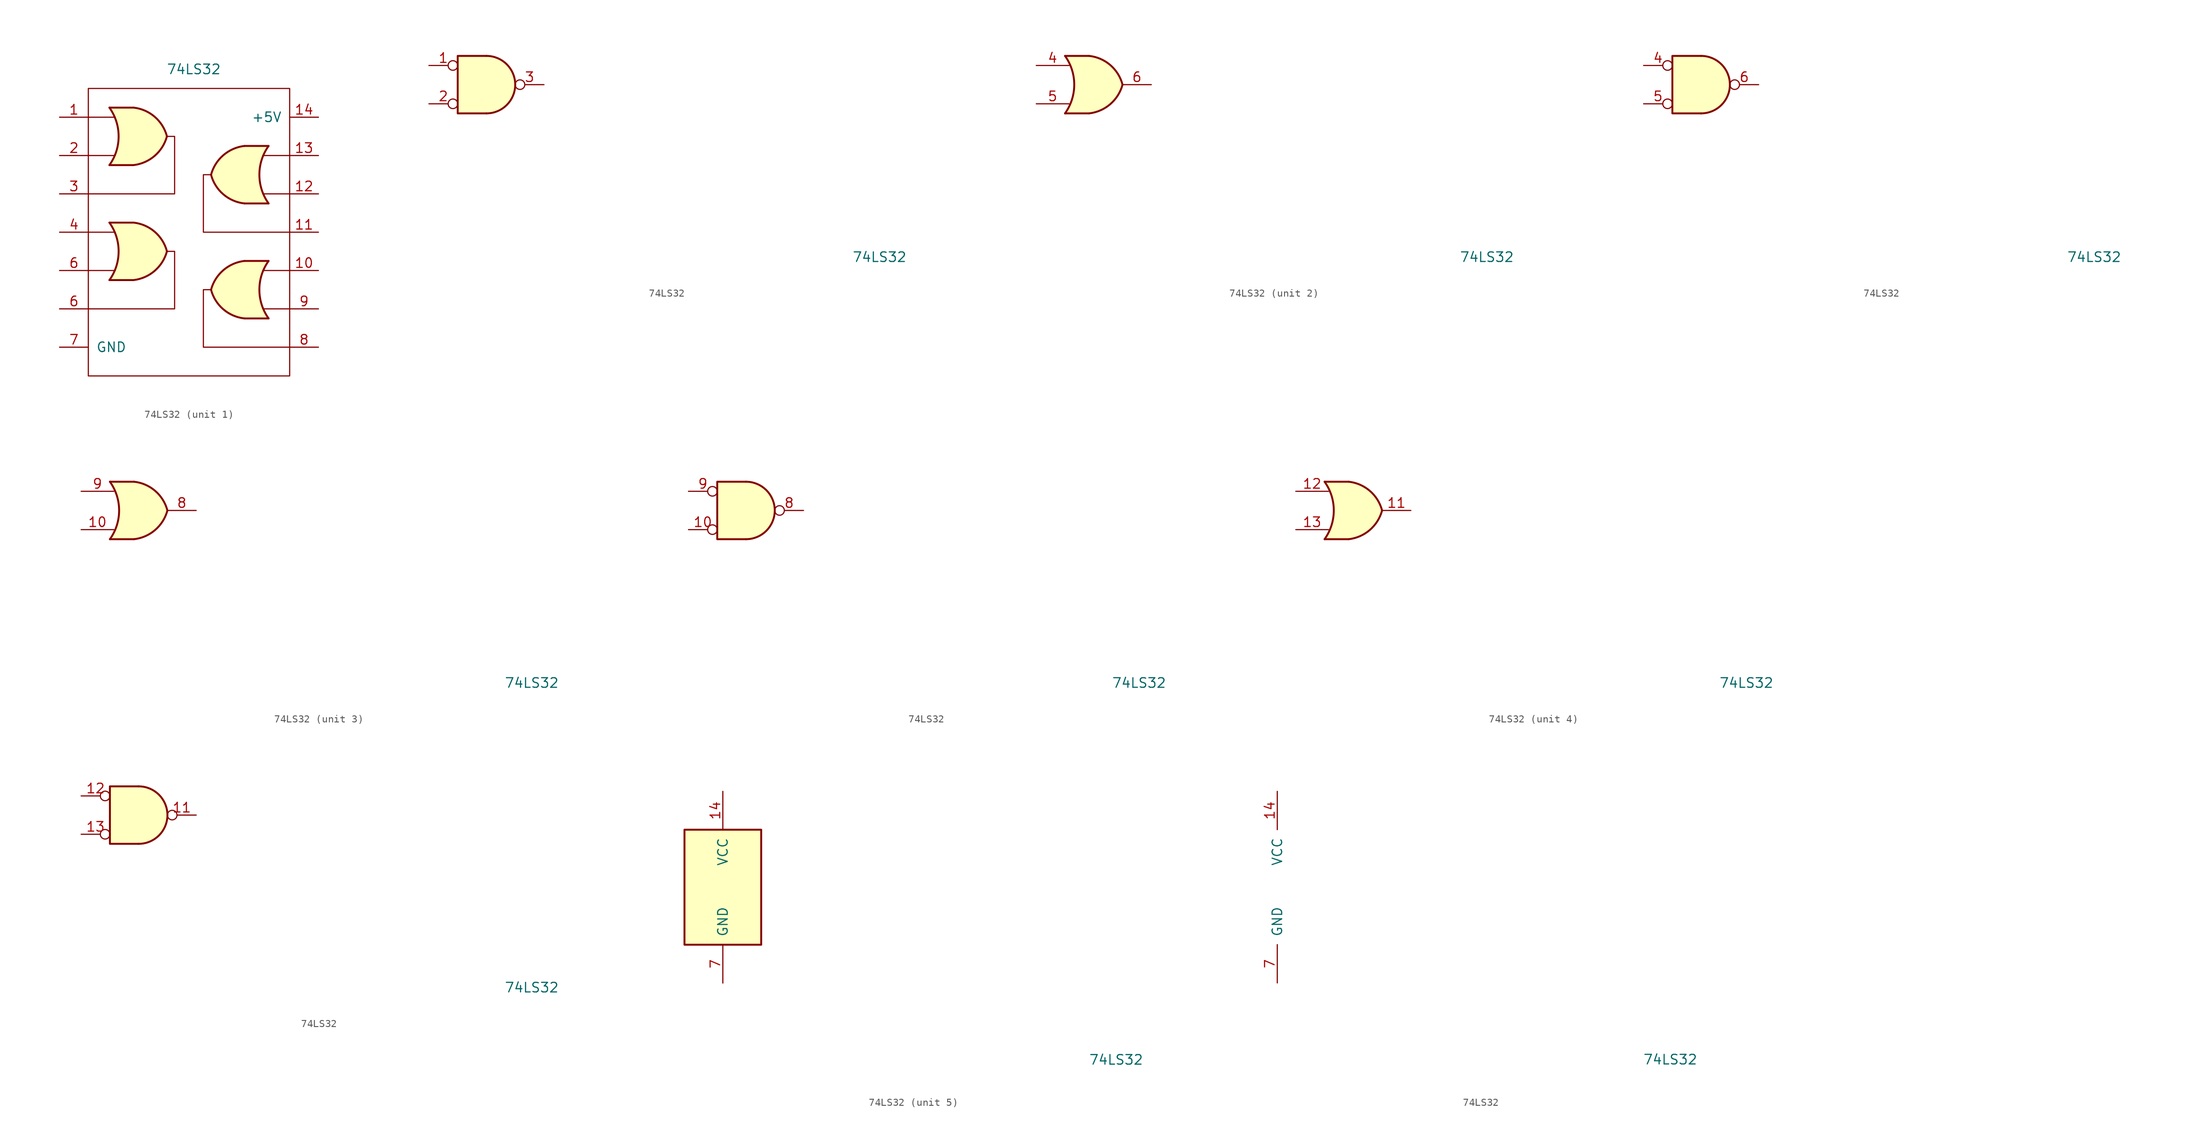
<source format=kicad_sym>
(kicad_symbol_lib
  (version 20211014)
  (generator kicad_symbol_editor)
  (symbol "74LS32"
    (pin_names
      (offset 1.016))
    (property "Reference" "U"
      (at 17.78 31.75 0)
      (effects (font (size 1.27 1.27)) hide))
    (property "Value" "74LS32"
      (at 52.07 -22.86 0)
      (effects (font (size 1.27 1.27))))
    (property "ki_locked" ""
      (at 0 0 0)
      (effects (font (size 1.27 1.27))))
    (symbol "74LS32_1_1"
      (polyline (pts (xy 38.1 -49.53) (xy 41.656 -49.53)) (stroke (width 0) (type default) (color 0 0 0 0)) (fill (type none)))
      (polyline (pts (xy 38.1 -44.45) (xy 41.656 -44.45)) (stroke (width 0) (type default) (color 0 0 0 0)) (fill (type none)))
      (polyline (pts (xy 38.1 -34.29) (xy 41.656 -34.29)) (stroke (width 0) (type default) (color 0 0 0 0)) (fill (type none)))
      (polyline (pts (xy 38.1 -29.21) (xy 41.656 -29.21)) (stroke (width 0) (type default) (color 0 0 0 0)) (fill (type none)))
      (polyline (pts (xy 40.894 -50.8) (xy 44.069 -50.8)) (stroke (width 0.254) (type default) (color 0 0 0 0)) (fill (type background)))
      (polyline (pts (xy 40.894 -43.18) (xy 44.069 -43.18)) (stroke (width 0.254) (type default) (color 0 0 0 0)) (fill (type background)))
      (polyline (pts (xy 40.894 -35.56) (xy 44.069 -35.56)) (stroke (width 0.254) (type default) (color 0 0 0 0)) (fill (type background)))
      (polyline (pts (xy 40.894 -27.94) (xy 44.069 -27.94)) (stroke (width 0.254) (type default) (color 0 0 0 0)) (fill (type background)))
      (polyline (pts (xy 61.214 -39.37) (xy 64.77 -39.37)) (stroke (width 0) (type default) (color 0 0 0 0)) (fill (type none)))
      (polyline (pts (xy 61.976 -55.88) (xy 58.801 -55.88)) (stroke (width 0.254) (type default) (color 0 0 0 0)) (fill (type background)))
      (polyline (pts (xy 61.976 -48.26) (xy 58.801 -48.26)) (stroke (width 0.254) (type default) (color 0 0 0 0)) (fill (type background)))
      (polyline (pts (xy 61.976 -40.64) (xy 58.801 -40.64)) (stroke (width 0.254) (type default) (color 0 0 0 0)) (fill (type background)))
      (polyline (pts (xy 61.976 -33.02) (xy 58.801 -33.02)) (stroke (width 0.254) (type default) (color 0 0 0 0)) (fill (type background)))
      (polyline (pts (xy 64.77 -54.61) (xy 61.214 -54.61)) (stroke (width 0) (type default) (color 0 0 0 0)) (fill (type none)))
      (polyline (pts (xy 64.77 -49.53) (xy 61.214 -49.53)) (stroke (width 0) (type default) (color 0 0 0 0)) (fill (type none)))
      (polyline (pts (xy 64.77 -34.29) (xy 61.214 -34.29)) (stroke (width 0) (type default) (color 0 0 0 0)) (fill (type none)))
      (polyline (pts (xy 48.514 -46.99) (xy 49.53 -46.99) (xy 49.53 -54.61) (xy 38.1 -54.61)) (stroke (width 0) (type default) (color 0 0 0 0)) (fill (type none)))
      (polyline (pts (xy 48.514 -31.75) (xy 49.53 -31.75) (xy 49.53 -39.37) (xy 38.1 -39.37)) (stroke (width 0) (type default) (color 0 0 0 0)) (fill (type none)))
      (polyline (pts (xy 54.356 -52.07) (xy 53.34 -52.07) (xy 53.34 -59.69) (xy 64.77 -59.69)) (stroke (width 0) (type default) (color 0 0 0 0)) (fill (type none)))
      (polyline (pts (xy 54.356 -36.83) (xy 53.34 -36.83) (xy 53.34 -44.45) (xy 64.77 -44.45)) (stroke (width 0) (type default) (color 0 0 0 0)) (fill (type none)))
      (polyline (pts (xy 44.069 -43.18) (xy 40.894 -43.18) (xy 40.894 -43.18) (xy 41.148 -43.586) (xy 41.681 -44.729) (xy 42.011 -45.949) (xy 42.088 -47.244) (xy 41.935 -48.489) (xy 41.529 -49.708) (xy 40.894 -50.8) (xy 40.894 -50.8) (xy 44.069 -50.8)) (stroke (width -25.4) (type default) (color 0 0 0 0)) (fill (type background)))
      (polyline (pts (xy 44.069 -27.94) (xy 40.894 -27.94) (xy 40.894 -27.94) (xy 41.148 -28.346) (xy 41.681 -29.489) (xy 42.011 -30.709) (xy 42.088 -32.004) (xy 41.935 -33.249) (xy 41.529 -34.468) (xy 40.894 -35.56) (xy 40.894 -35.56) (xy 44.069 -35.56)) (stroke (width -25.4) (type default) (color 0 0 0 0)) (fill (type background)))
      (polyline (pts (xy 58.801 -55.88) (xy 61.976 -55.88) (xy 61.976 -55.88) (xy 61.722 -55.474) (xy 61.189 -54.331) (xy 60.859 -53.111) (xy 60.782 -51.816) (xy 60.935 -50.571) (xy 61.341 -49.352) (xy 61.976 -48.26) (xy 61.976 -48.26) (xy 58.801 -48.26)) (stroke (width -25.4) (type default) (color 0 0 0 0)) (fill (type background)))
      (polyline (pts (xy 58.801 -40.64) (xy 61.976 -40.64) (xy 61.976 -40.64) (xy 61.722 -40.234) (xy 61.189 -39.091) (xy 60.859 -37.871) (xy 60.782 -36.576) (xy 60.935 -35.331) (xy 61.341 -34.112) (xy 61.976 -33.02) (xy 61.976 -33.02) (xy 58.801 -33.02)) (stroke (width -25.4) (type default) (color 0 0 0 0)) (fill (type background)))
      (rectangle (start 38.1 -25.4) (end 64.77 -63.5) (stroke (width 0) (type default) (color 0 0 0 0)) (fill (type none)))
      (arc (start 40.8938 -50.8) (mid 42.1148 -46.99) (end 40.8938 -43.18) (stroke (width 0.254) (type default) (color 0 0 0 0)) (fill (type none)))
      (arc (start 40.8938 -35.56) (mid 42.1148 -31.75) (end 40.8938 -27.94) (stroke (width 0.254) (type default) (color 0 0 0 0)) (fill (type none)))
      (arc (start 44.0942 -50.8) (mid 46.8893 -49.574) (end 48.5138 -46.99) (stroke (width 0.254) (type default) (color 0 0 0 0)) (fill (type background)))
      (arc (start 44.0942 -35.56) (mid 46.8893 -34.334) (end 48.5138 -31.75) (stroke (width 0.254) (type default) (color 0 0 0 0)) (fill (type background)))
      (arc (start 48.5138 -46.99) (mid 46.8966 -44.3975) (end 44.0942 -43.18) (stroke (width 0.254) (type default) (color 0 0 0 0)) (fill (type background)))
      (arc (start 48.5138 -31.75) (mid 46.8966 -29.1575) (end 44.0942 -27.94) (stroke (width 0.254) (type default) (color 0 0 0 0)) (fill (type background)))
      (arc (start 54.3562 -52.07) (mid 55.9734 -54.6625) (end 58.7758 -55.88) (stroke (width 0.254) (type default) (color 0 0 0 0)) (fill (type background)))
      (arc (start 54.3562 -36.83) (mid 55.9734 -39.4225) (end 58.7758 -40.64) (stroke (width 0.254) (type default) (color 0 0 0 0)) (fill (type background)))
      (arc (start 58.7758 -48.26) (mid 55.9807 -49.486) (end 54.3562 -52.07) (stroke (width 0.254) (type default) (color 0 0 0 0)) (fill (type background)))
      (arc (start 58.7758 -33.02) (mid 55.9807 -34.246) (end 54.3562 -36.83) (stroke (width 0.254) (type default) (color 0 0 0 0)) (fill (type background)))
      (arc (start 61.9762 -48.26) (mid 60.7552 -52.07) (end 61.9762 -55.88) (stroke (width 0.254) (type default) (color 0 0 0 0)) (fill (type none)))
      (arc (start 61.9762 -33.02) (mid 60.7552 -36.83) (end 61.9762 -40.64) (stroke (width 0.254) (type default) (color 0 0 0 0)) (fill (type none)))
      (pin input line (at 34.29 -29.21 0) (length 3.81) (name "~" (effects (font (size 1.27 1.27)))) (number "1" (effects (font (size 1.27 1.27)))))
      (pin input line (at 68.58 -49.53 180) (length 3.81) (name "" (effects (font (size 1.27 1.27)))) (number "10" (effects (font (size 1.27 1.27)))))
      (pin output line (at 68.58 -44.45 180) (length 3.81) (name "" (effects (font (size 1.27 1.27)))) (number "11" (effects (font (size 1.27 1.27)))))
      (pin input line (at 68.58 -39.37 180) (length 3.81) (name "" (effects (font (size 1.27 1.27)))) (number "12" (effects (font (size 1.27 1.27)))))
      (pin input line (at 68.58 -34.29 180) (length 3.81) (name "" (effects (font (size 1.27 1.27)))) (number "13" (effects (font (size 1.27 1.27)))))
      (pin power_in line (at 68.58 -29.21 180) (length 3.81) (name "+5V" (effects (font (size 1.27 1.27)))) (number "14" (effects (font (size 1.27 1.27)))))
      (pin input line (at 34.29 -34.29 0) (length 3.81) (name "~" (effects (font (size 1.27 1.27)))) (number "2" (effects (font (size 1.27 1.27)))))
      (pin output line (at 34.29 -39.37 0) (length 3.81) (name "~" (effects (font (size 1.27 1.27)))) (number "3" (effects (font (size 1.27 1.27)))))
      (pin input line (at 34.29 -44.45 0) (length 3.81) (name "~" (effects (font (size 1.27 1.27)))) (number "4" (effects (font (size 1.27 1.27)))))
      (pin output line (at 34.29 -54.61 0) (length 3.81) (name "~" (effects (font (size 1.27 1.27)))) (number "6" (effects (font (size 1.27 1.27)))))
      (pin input line (at 34.29 -49.53 0) (length 3.81) (name "~" (effects (font (size 1.27 1.27)))) (number "6" (effects (font (size 1.27 1.27)))))
      (pin power_in line (at 34.29 -59.69 0) (length 3.81) (name "GND" (effects (font (size 1.27 1.27)))) (number "7" (effects (font (size 1.27 1.27)))))
      (pin output line (at 68.58 -59.69 180) (length 3.81) (name "~" (effects (font (size 1.27 1.27)))) (number "8" (effects (font (size 1.27 1.27)))))
      (pin input line (at 68.58 -54.61 180) (length 3.81) (name "" (effects (font (size 1.27 1.27)))) (number "9" (effects (font (size 1.27 1.27))))))
    (symbol "74LS32_1_2"
      (arc (start 0 -3.81) (mid 3.81 0) (end 0 3.81) (stroke (width 0.254) (type default) (color 0 0 0 0)) (fill (type background)))
      (polyline (pts (xy 0 3.81) (xy -3.81 3.81) (xy -3.81 -3.81) (xy 0 -3.81)) (stroke (width 0.254) (type default) (color 0 0 0 0)) (fill (type background)))
      (pin input inverted (at -7.62 2.54 0) (length 3.81) (name "~" (effects (font (size 1.27 1.27)))) (number "1" (effects (font (size 1.27 1.27)))))
      (pin input inverted (at -7.62 -2.54 0) (length 3.81) (name "~" (effects (font (size 1.27 1.27)))) (number "2" (effects (font (size 1.27 1.27)))))
      (pin output inverted (at 7.62 0 180) (length 3.81) (name "~" (effects (font (size 1.27 1.27)))) (number "3" (effects (font (size 1.27 1.27))))))
    (symbol "74LS32_2_1"
      (arc (start -3.81 -3.81) (mid -2.589 0) (end -3.81 3.81) (stroke (width 0.254) (type default) (color 0 0 0 0)) (fill (type none)))
      (arc (start -0.6096 -3.81) (mid 2.1855 -2.584) (end 3.81 0) (stroke (width 0.254) (type default) (color 0 0 0 0)) (fill (type background)))
      (polyline (pts (xy -3.81 -3.81) (xy -0.635 -3.81)) (stroke (width 0.254) (type default) (color 0 0 0 0)) (fill (type background)))
      (polyline (pts (xy -3.81 3.81) (xy -0.635 3.81)) (stroke (width 0.254) (type default) (color 0 0 0 0)) (fill (type background)))
      (polyline (pts (xy -0.635 3.81) (xy -3.81 3.81) (xy -3.81 3.81) (xy -3.556 3.404) (xy -3.023 2.261) (xy -2.692 1.041) (xy -2.616 -0.254) (xy -2.769 -1.499) (xy -3.175 -2.718) (xy -3.81 -3.81) (xy -3.81 -3.81) (xy -0.635 -3.81)) (stroke (width -25.4) (type default) (color 0 0 0 0)) (fill (type background)))
      (arc (start 3.81 0) (mid 2.1928 2.5925) (end -0.6096 3.81) (stroke (width 0.254) (type default) (color 0 0 0 0)) (fill (type background)))
      (pin input line (at -7.62 2.54 0) (length 4.318) (name "~" (effects (font (size 1.27 1.27)))) (number "4" (effects (font (size 1.27 1.27)))))
      (pin input line (at -7.62 -2.54 0) (length 4.318) (name "~" (effects (font (size 1.27 1.27)))) (number "5" (effects (font (size 1.27 1.27)))))
      (pin output line (at 7.62 0 180) (length 3.81) (name "~" (effects (font (size 1.27 1.27)))) (number "6" (effects (font (size 1.27 1.27))))))
    (symbol "74LS32_2_2"
      (arc (start 0 -3.81) (mid 3.81 0) (end 0 3.81) (stroke (width 0.254) (type default) (color 0 0 0 0)) (fill (type background)))
      (polyline (pts (xy 0 3.81) (xy -3.81 3.81) (xy -3.81 -3.81) (xy 0 -3.81)) (stroke (width 0.254) (type default) (color 0 0 0 0)) (fill (type background)))
      (pin input inverted (at -7.62 2.54 0) (length 3.81) (name "~" (effects (font (size 1.27 1.27)))) (number "4" (effects (font (size 1.27 1.27)))))
      (pin input inverted (at -7.62 -2.54 0) (length 3.81) (name "~" (effects (font (size 1.27 1.27)))) (number "5" (effects (font (size 1.27 1.27)))))
      (pin output inverted (at 7.62 0 180) (length 3.81) (name "~" (effects (font (size 1.27 1.27)))) (number "6" (effects (font (size 1.27 1.27))))))
    (symbol "74LS32_3_1"
      (arc (start -3.81 -3.81) (mid -2.589 0) (end -3.81 3.81) (stroke (width 0.254) (type default) (color 0 0 0 0)) (fill (type none)))
      (arc (start -0.6096 -3.81) (mid 2.1855 -2.584) (end 3.81 0) (stroke (width 0.254) (type default) (color 0 0 0 0)) (fill (type background)))
      (polyline (pts (xy -3.81 -3.81) (xy -0.635 -3.81)) (stroke (width 0.254) (type default) (color 0 0 0 0)) (fill (type background)))
      (polyline (pts (xy -3.81 3.81) (xy -0.635 3.81)) (stroke (width 0.254) (type default) (color 0 0 0 0)) (fill (type background)))
      (polyline (pts (xy -0.635 3.81) (xy -3.81 3.81) (xy -3.81 3.81) (xy -3.556 3.404) (xy -3.023 2.261) (xy -2.692 1.041) (xy -2.616 -0.254) (xy -2.769 -1.499) (xy -3.175 -2.718) (xy -3.81 -3.81) (xy -3.81 -3.81) (xy -0.635 -3.81)) (stroke (width -25.4) (type default) (color 0 0 0 0)) (fill (type background)))
      (arc (start 3.81 0) (mid 2.1928 2.5925) (end -0.6096 3.81) (stroke (width 0.254) (type default) (color 0 0 0 0)) (fill (type background)))
      (pin input line (at -7.62 -2.54 0) (length 4.318) (name "~" (effects (font (size 1.27 1.27)))) (number "10" (effects (font (size 1.27 1.27)))))
      (pin output line (at 7.62 0 180) (length 3.81) (name "~" (effects (font (size 1.27 1.27)))) (number "8" (effects (font (size 1.27 1.27)))))
      (pin input line (at -7.62 2.54 0) (length 4.318) (name "~" (effects (font (size 1.27 1.27)))) (number "9" (effects (font (size 1.27 1.27))))))
    (symbol "74LS32_3_2"
      (arc (start 0 -3.81) (mid 3.81 0) (end 0 3.81) (stroke (width 0.254) (type default) (color 0 0 0 0)) (fill (type background)))
      (polyline (pts (xy 0 3.81) (xy -3.81 3.81) (xy -3.81 -3.81) (xy 0 -3.81)) (stroke (width 0.254) (type default) (color 0 0 0 0)) (fill (type background)))
      (pin input inverted (at -7.62 -2.54 0) (length 3.81) (name "~" (effects (font (size 1.27 1.27)))) (number "10" (effects (font (size 1.27 1.27)))))
      (pin output inverted (at 7.62 0 180) (length 3.81) (name "~" (effects (font (size 1.27 1.27)))) (number "8" (effects (font (size 1.27 1.27)))))
      (pin input inverted (at -7.62 2.54 0) (length 3.81) (name "~" (effects (font (size 1.27 1.27)))) (number "9" (effects (font (size 1.27 1.27))))))
    (symbol "74LS32_4_1"
      (arc (start -3.81 -3.81) (mid -2.589 0) (end -3.81 3.81) (stroke (width 0.254) (type default) (color 0 0 0 0)) (fill (type none)))
      (arc (start -0.6096 -3.81) (mid 2.1855 -2.584) (end 3.81 0) (stroke (width 0.254) (type default) (color 0 0 0 0)) (fill (type background)))
      (polyline (pts (xy -3.81 -3.81) (xy -0.635 -3.81)) (stroke (width 0.254) (type default) (color 0 0 0 0)) (fill (type background)))
      (polyline (pts (xy -3.81 3.81) (xy -0.635 3.81)) (stroke (width 0.254) (type default) (color 0 0 0 0)) (fill (type background)))
      (polyline (pts (xy -0.635 3.81) (xy -3.81 3.81) (xy -3.81 3.81) (xy -3.556 3.404) (xy -3.023 2.261) (xy -2.692 1.041) (xy -2.616 -0.254) (xy -2.769 -1.499) (xy -3.175 -2.718) (xy -3.81 -3.81) (xy -3.81 -3.81) (xy -0.635 -3.81)) (stroke (width -25.4) (type default) (color 0 0 0 0)) (fill (type background)))
      (arc (start 3.81 0) (mid 2.1928 2.5925) (end -0.6096 3.81) (stroke (width 0.254) (type default) (color 0 0 0 0)) (fill (type background)))
      (pin output line (at 7.62 0 180) (length 3.81) (name "~" (effects (font (size 1.27 1.27)))) (number "11" (effects (font (size 1.27 1.27)))))
      (pin input line (at -7.62 2.54 0) (length 4.318) (name "~" (effects (font (size 1.27 1.27)))) (number "12" (effects (font (size 1.27 1.27)))))
      (pin input line (at -7.62 -2.54 0) (length 4.318) (name "~" (effects (font (size 1.27 1.27)))) (number "13" (effects (font (size 1.27 1.27))))))
    (symbol "74LS32_4_2"
      (arc (start 0 -3.81) (mid 3.81 0) (end 0 3.81) (stroke (width 0.254) (type default) (color 0 0 0 0)) (fill (type background)))
      (polyline (pts (xy 0 3.81) (xy -3.81 3.81) (xy -3.81 -3.81) (xy 0 -3.81)) (stroke (width 0.254) (type default) (color 0 0 0 0)) (fill (type background)))
      (pin output inverted (at 7.62 0 180) (length 3.81) (name "~" (effects (font (size 1.27 1.27)))) (number "11" (effects (font (size 1.27 1.27)))))
      (pin input inverted (at -7.62 2.54 0) (length 3.81) (name "~" (effects (font (size 1.27 1.27)))) (number "12" (effects (font (size 1.27 1.27)))))
      (pin input inverted (at -7.62 -2.54 0) (length 3.81) (name "~" (effects (font (size 1.27 1.27)))) (number "13" (effects (font (size 1.27 1.27))))))
    (symbol "74LS32_5_0"
      (pin power_in line (at 0 12.7 270) (length 5.08) (name "VCC" (effects (font (size 1.27 1.27)))) (number "14" (effects (font (size 1.27 1.27)))))
      (pin power_in line (at 0 -12.7 90) (length 5.08) (name "GND" (effects (font (size 1.27 1.27)))) (number "7" (effects (font (size 1.27 1.27))))))
    (symbol "74LS32_5_1"
      (rectangle (start -5.08 7.62) (end 5.08 -7.62) (stroke (width 0.254) (type default) (color 0 0 0 0)) (fill (type background))))))
</source>
